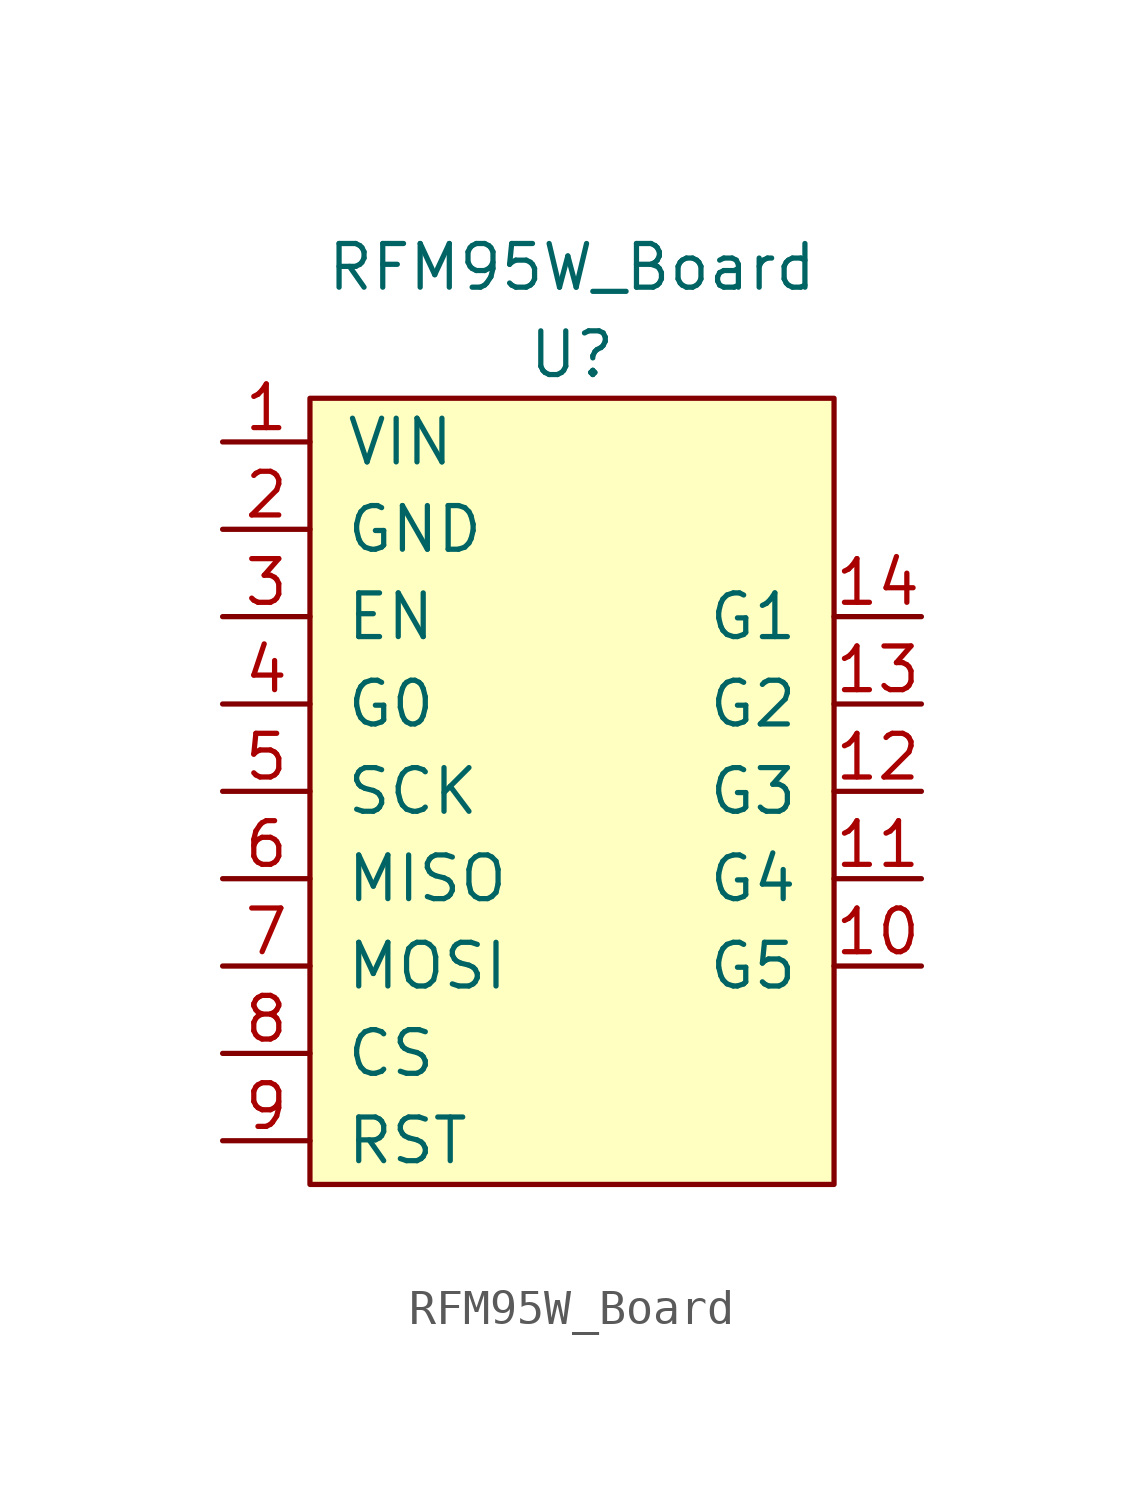
<source format=kicad_sym>
(kicad_symbol_lib
  (version 20211014)
  (generator kicad_symbol_editor)
  (symbol "RFM95W_Board"
    (pin_names
      (offset 1.016))
    (property "Reference" "U"
      (at 0 12.7 0)
      (effects (font (size 1.27 1.27))))
    (property "Value" "RFM95W_Board"
      (at 0 15.24 0)
      (effects (font (size 1.27 1.27))))
    (symbol "RFM95W_Board_0_1"
      (rectangle (start -7.62 11.43) (end 7.62 -11.43) (stroke (width 0) (type default) (color 0 0 0 0)) (fill (type background))))
    (symbol "RFM95W_Board_1_1"
      (pin input line (at -10.16 10.16 0) (length 2.54) (name "VIN" (effects (font (size 1.27 1.27)))) (number "1" (effects (font (size 1.27 1.27)))))
      (pin bidirectional line (at 10.16 -5.08 180) (length 2.54) (name "G5" (effects (font (size 1.27 1.27)))) (number "10" (effects (font (size 1.27 1.27)))))
      (pin bidirectional line (at 10.16 -2.54 180) (length 2.54) (name "G4" (effects (font (size 1.27 1.27)))) (number "11" (effects (font (size 1.27 1.27)))))
      (pin bidirectional line (at 10.16 0 180) (length 2.54) (name "G3" (effects (font (size 1.27 1.27)))) (number "12" (effects (font (size 1.27 1.27)))))
      (pin bidirectional line (at 10.16 2.54 180) (length 2.54) (name "G2" (effects (font (size 1.27 1.27)))) (number "13" (effects (font (size 1.27 1.27)))))
      (pin bidirectional line (at 10.16 5.08 180) (length 2.54) (name "G1" (effects (font (size 1.27 1.27)))) (number "14" (effects (font (size 1.27 1.27)))))
      (pin input line (at -10.16 7.62 0) (length 2.54) (name "GND" (effects (font (size 1.27 1.27)))) (number "2" (effects (font (size 1.27 1.27)))))
      (pin input line (at -10.16 5.08 0) (length 2.54) (name "EN" (effects (font (size 1.27 1.27)))) (number "3" (effects (font (size 1.27 1.27)))))
      (pin bidirectional line (at -10.16 2.54 0) (length 2.54) (name "G0" (effects (font (size 1.27 1.27)))) (number "4" (effects (font (size 1.27 1.27)))))
      (pin bidirectional line (at -10.16 0 0) (length 2.54) (name "SCK" (effects (font (size 1.27 1.27)))) (number "5" (effects (font (size 1.27 1.27)))))
      (pin bidirectional line (at -10.16 -2.54 0) (length 2.54) (name "MISO" (effects (font (size 1.27 1.27)))) (number "6" (effects (font (size 1.27 1.27)))))
      (pin bidirectional line (at -10.16 -5.08 0) (length 2.54) (name "MOSI" (effects (font (size 1.27 1.27)))) (number "7" (effects (font (size 1.27 1.27)))))
      (pin bidirectional line (at -10.16 -7.62 0) (length 2.54) (name "CS" (effects (font (size 1.27 1.27)))) (number "8" (effects (font (size 1.27 1.27)))))
      (pin bidirectional line (at -10.16 -10.16 0) (length 2.54) (name "RST" (effects (font (size 1.27 1.27)))) (number "9" (effects (font (size 1.27 1.27))))))))
</source>
